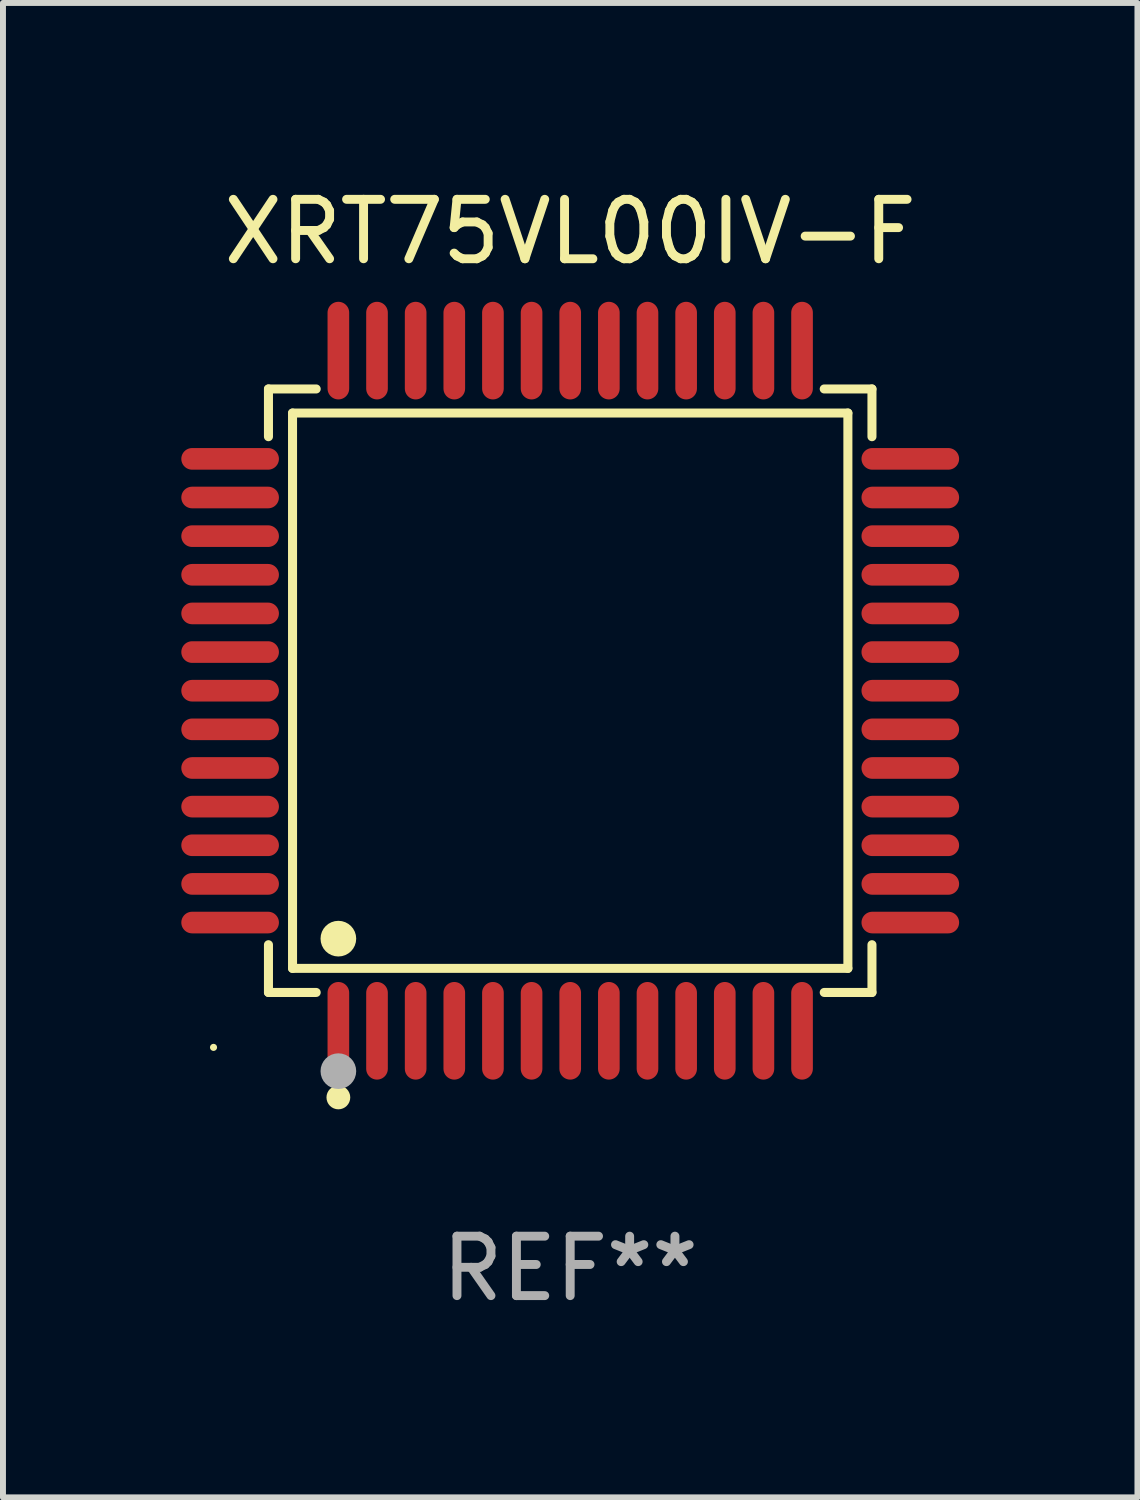
<source format=kicad_pcb>
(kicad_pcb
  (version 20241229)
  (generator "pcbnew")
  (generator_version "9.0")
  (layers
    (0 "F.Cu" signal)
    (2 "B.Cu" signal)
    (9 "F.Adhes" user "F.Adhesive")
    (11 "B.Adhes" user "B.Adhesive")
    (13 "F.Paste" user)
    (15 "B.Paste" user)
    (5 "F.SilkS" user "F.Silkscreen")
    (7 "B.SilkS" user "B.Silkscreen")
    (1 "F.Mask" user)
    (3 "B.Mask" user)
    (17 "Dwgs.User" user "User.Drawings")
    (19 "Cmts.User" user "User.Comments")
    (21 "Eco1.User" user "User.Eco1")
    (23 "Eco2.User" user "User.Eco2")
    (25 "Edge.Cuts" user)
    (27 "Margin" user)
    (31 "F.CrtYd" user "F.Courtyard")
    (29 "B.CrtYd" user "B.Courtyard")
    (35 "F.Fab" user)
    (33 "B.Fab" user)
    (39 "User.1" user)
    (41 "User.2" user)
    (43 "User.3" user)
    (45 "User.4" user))
  (footprint "XRT75VL00IV-F"
    (layer "F.Cu")
    (at 6.542 8.569)
    (property "Reference" "XRT75VL00IV-F" (at 0 -7.721 0) (layer "F.SilkS") (effects (font (size 1 1) (thickness 0.15))))
    (attr through_hole)
    (fp_line (start -5.076 -5.076) (end -4.273 -5.076) (stroke (width 0.152) (type solid)) (layer "F.SilkS"))
    (fp_line (start -5.076 -4.273) (end -5.076 -5.076) (stroke (width 0.152) (type solid)) (layer "F.SilkS"))
    (fp_line (start -5.076 4.273) (end -5.076 5.076) (stroke (width 0.152) (type solid)) (layer "F.SilkS"))
    (fp_line (start -5.076 5.076) (end -4.273 5.076) (stroke (width 0.152) (type solid)) (layer "F.SilkS"))
    (fp_line (start -4.671 -4.671) (end 4.671 -4.671) (stroke (width 0.152) (type solid)) (layer "F.SilkS"))
    (fp_line (start -4.671 4.671) (end -4.671 -4.671) (stroke (width 0.152) (type solid)) (layer "F.SilkS"))
    (fp_line (start 4.671 -4.671) (end 4.671 4.671) (stroke (width 0.152) (type solid)) (layer "F.SilkS"))
    (fp_line (start 4.671 4.671) (end -4.671 4.671) (stroke (width 0.152) (type solid)) (layer "F.SilkS"))
    (fp_line (start 5.076 -5.076) (end 4.273 -5.076) (stroke (width 0.152) (type solid)) (layer "F.SilkS"))
    (fp_line (start 5.076 -4.273) (end 5.076 -5.076) (stroke (width 0.152) (type solid)) (layer "F.SilkS"))
    (fp_line (start 5.076 4.273) (end 5.076 5.076) (stroke (width 0.152) (type solid)) (layer "F.SilkS"))
    (fp_line (start 5.076 5.076) (end 4.273 5.076) (stroke (width 0.152) (type solid)) (layer "F.SilkS"))
    (fp_circle (center -6 6) (end -5.97 6) (stroke (width 0.06) (type solid)) (fill no) (layer "F.SilkS"))
    (fp_circle (center -3.9 4.171) (end -3.75 4.171) (stroke (width 0.3) (type solid)) (fill no) (layer "F.SilkS"))
    (fp_circle (center -3.9 6.842) (end -3.8 6.842) (stroke (width 0.2) (type solid)) (fill no) (layer "F.SilkS"))
    (fp_circle (center -3.9 6.4) (end -3.75 6.4) (stroke (width 0.3) (type solid)) (fill no) (layer "F.Fab"))
    (fp_text user "REF**" (at 0 9.721 0) (layer "F.Fab") (effects (font (size 1 1) (thickness 0.15))))
    (pad "1" smd oval (at -3.9 5.721) (size 0.364 1.642) (layers "F.Cu" "F.Mask" "F.Paste"))
    (pad "2" smd oval (at -3.25 5.721) (size 0.364 1.642) (layers "F.Cu" "F.Mask" "F.Paste"))
    (pad "3" smd oval (at -2.6 5.721) (size 0.364 1.642) (layers "F.Cu" "F.Mask" "F.Paste"))
    (pad "4" smd oval (at -1.95 5.721) (size 0.364 1.642) (layers "F.Cu" "F.Mask" "F.Paste"))
    (pad "5" smd oval (at -1.3 5.721) (size 0.364 1.642) (layers "F.Cu" "F.Mask" "F.Paste"))
    (pad "6" smd oval (at -0.65 5.721) (size 0.364 1.642) (layers "F.Cu" "F.Mask" "F.Paste"))
    (pad "7" smd oval (at 0 5.721) (size 0.364 1.642) (layers "F.Cu" "F.Mask" "F.Paste"))
    (pad "8" smd oval (at 0.65 5.721) (size 0.364 1.642) (layers "F.Cu" "F.Mask" "F.Paste"))
    (pad "9" smd oval (at 1.3 5.721) (size 0.364 1.642) (layers "F.Cu" "F.Mask" "F.Paste"))
    (pad "10" smd oval (at 1.95 5.721) (size 0.364 1.642) (layers "F.Cu" "F.Mask" "F.Paste"))
    (pad "11" smd oval (at 2.6 5.721) (size 0.364 1.642) (layers "F.Cu" "F.Mask" "F.Paste"))
    (pad "12" smd oval (at 3.25 5.721) (size 0.364 1.642) (layers "F.Cu" "F.Mask" "F.Paste"))
    (pad "13" smd oval (at 3.9 5.721) (size 0.364 1.642) (layers "F.Cu" "F.Mask" "F.Paste"))
    (pad "14" smd oval (at 5.721 3.9) (size 1.642 0.364) (layers "F.Cu" "F.Mask" "F.Paste"))
    (pad "15" smd oval (at 5.721 3.25) (size 1.642 0.364) (layers "F.Cu" "F.Mask" "F.Paste"))
    (pad "16" smd oval (at 5.721 2.6) (size 1.642 0.364) (layers "F.Cu" "F.Mask" "F.Paste"))
    (pad "17" smd oval (at 5.721 1.95) (size 1.642 0.364) (layers "F.Cu" "F.Mask" "F.Paste"))
    (pad "18" smd oval (at 5.721 1.3) (size 1.642 0.364) (layers "F.Cu" "F.Mask" "F.Paste"))
    (pad "19" smd oval (at 5.721 0.65) (size 1.642 0.364) (layers "F.Cu" "F.Mask" "F.Paste"))
    (pad "20" smd oval (at 5.721 0) (size 1.642 0.364) (layers "F.Cu" "F.Mask" "F.Paste"))
    (pad "21" smd oval (at 5.721 -0.65) (size 1.642 0.364) (layers "F.Cu" "F.Mask" "F.Paste"))
    (pad "22" smd oval (at 5.721 -1.3) (size 1.642 0.364) (layers "F.Cu" "F.Mask" "F.Paste"))
    (pad "23" smd oval (at 5.721 -1.95) (size 1.642 0.364) (layers "F.Cu" "F.Mask" "F.Paste"))
    (pad "24" smd oval (at 5.721 -2.6) (size 1.642 0.364) (layers "F.Cu" "F.Mask" "F.Paste"))
    (pad "25" smd oval (at 5.721 -3.25) (size 1.642 0.364) (layers "F.Cu" "F.Mask" "F.Paste"))
    (pad "26" smd oval (at 5.721 -3.9) (size 1.642 0.364) (layers "F.Cu" "F.Mask" "F.Paste"))
    (pad "27" smd oval (at 3.9 -5.721) (size 0.364 1.642) (layers "F.Cu" "F.Mask" "F.Paste"))
    (pad "28" smd oval (at 3.25 -5.721) (size 0.364 1.642) (layers "F.Cu" "F.Mask" "F.Paste"))
    (pad "29" smd oval (at 2.6 -5.721) (size 0.364 1.642) (layers "F.Cu" "F.Mask" "F.Paste"))
    (pad "30" smd oval (at 1.95 -5.721) (size 0.364 1.642) (layers "F.Cu" "F.Mask" "F.Paste"))
    (pad "31" smd oval (at 1.3 -5.721) (size 0.364 1.642) (layers "F.Cu" "F.Mask" "F.Paste"))
    (pad "32" smd oval (at 0.65 -5.721) (size 0.364 1.642) (layers "F.Cu" "F.Mask" "F.Paste"))
    (pad "33" smd oval (at 0 -5.721) (size 0.364 1.642) (layers "F.Cu" "F.Mask" "F.Paste"))
    (pad "34" smd oval (at -0.65 -5.721) (size 0.364 1.642) (layers "F.Cu" "F.Mask" "F.Paste"))
    (pad "35" smd oval (at -1.3 -5.721) (size 0.364 1.642) (layers "F.Cu" "F.Mask" "F.Paste"))
    (pad "36" smd oval (at -1.95 -5.721) (size 0.364 1.642) (layers "F.Cu" "F.Mask" "F.Paste"))
    (pad "37" smd oval (at -2.6 -5.721) (size 0.364 1.642) (layers "F.Cu" "F.Mask" "F.Paste"))
    (pad "38" smd oval (at -3.25 -5.721) (size 0.364 1.642) (layers "F.Cu" "F.Mask" "F.Paste"))
    (pad "39" smd oval (at -3.9 -5.721) (size 0.364 1.642) (layers "F.Cu" "F.Mask" "F.Paste"))
    (pad "40" smd oval (at -5.721 -3.9) (size 1.642 0.364) (layers "F.Cu" "F.Mask" "F.Paste"))
    (pad "41" smd oval (at -5.721 -3.25) (size 1.642 0.364) (layers "F.Cu" "F.Mask" "F.Paste"))
    (pad "42" smd oval (at -5.721 -2.6) (size 1.642 0.364) (layers "F.Cu" "F.Mask" "F.Paste"))
    (pad "43" smd oval (at -5.721 -1.95) (size 1.642 0.364) (layers "F.Cu" "F.Mask" "F.Paste"))
    (pad "44" smd oval (at -5.721 -1.3) (size 1.642 0.364) (layers "F.Cu" "F.Mask" "F.Paste"))
    (pad "45" smd oval (at -5.721 -0.65) (size 1.642 0.364) (layers "F.Cu" "F.Mask" "F.Paste"))
    (pad "46" smd oval (at -5.721 0) (size 1.642 0.364) (layers "F.Cu" "F.Mask" "F.Paste"))
    (pad "47" smd oval (at -5.721 0.65) (size 1.642 0.364) (layers "F.Cu" "F.Mask" "F.Paste"))
    (pad "48" smd oval (at -5.721 1.3) (size 1.642 0.364) (layers "F.Cu" "F.Mask" "F.Paste"))
    (pad "49" smd oval (at -5.721 1.95) (size 1.642 0.364) (layers "F.Cu" "F.Mask" "F.Paste"))
    (pad "50" smd oval (at -5.721 2.6) (size 1.642 0.364) (layers "F.Cu" "F.Mask" "F.Paste"))
    (pad "51" smd oval (at -5.721 3.25) (size 1.642 0.364) (layers "F.Cu" "F.Mask" "F.Paste"))
    (pad "52" smd oval (at -5.721 3.9) (size 1.642 0.364) (layers "F.Cu" "F.Mask" "F.Paste")))
  (gr_rect
    (start -3 -3)
    (end 16.084 22.139)
    (stroke (width 0.1) (type default))
    (fill no)
    (layer "Edge.Cuts")))
</source>
